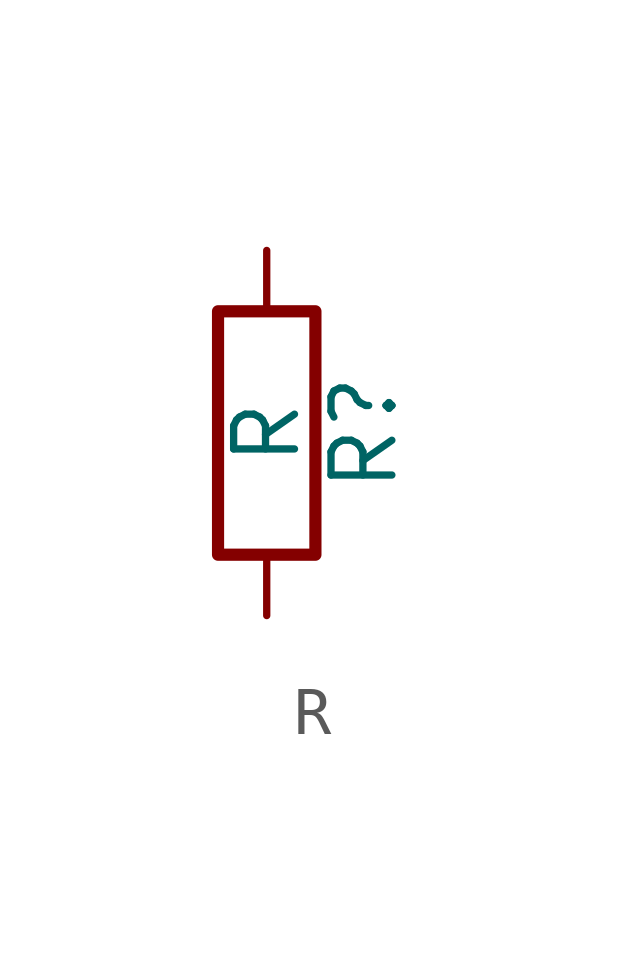
<source format=kicad_sym>
(kicad_symbol_lib
  (version 20241209)
  (generator "kicad_symbol_editor")
  (generator_version "9.0")
  (symbol "R"
    (pin_numbers
      (hide yes))
    (pin_names
      (offset 0))
    (property "Reference" "R"
      (at 2.032 0 90)
      (effects (font (size 1.27 1.27))))
    (property "Value" "R"
      (at 0 0 90)
      (effects (font (size 1.27 1.27))))
    (symbol "R_0_1"
      (rectangle (start -1.016 -2.54) (end 1.016 2.54) (stroke (width 0.254) (type solid)) (fill (type none))))
    (symbol "R_1_1"
      (pin passive line (at 0 3.81 270) (length 1.27) (name "~" (effects (font (size 1.27 1.27)))) (number "1" (effects (font (size 1.27 1.27)))))
      (pin passive line (at 0 -3.81 90) (length 1.27) (name "~" (effects (font (size 1.27 1.27)))) (number "2" (effects (font (size 1.27 1.27))))))))
</source>
